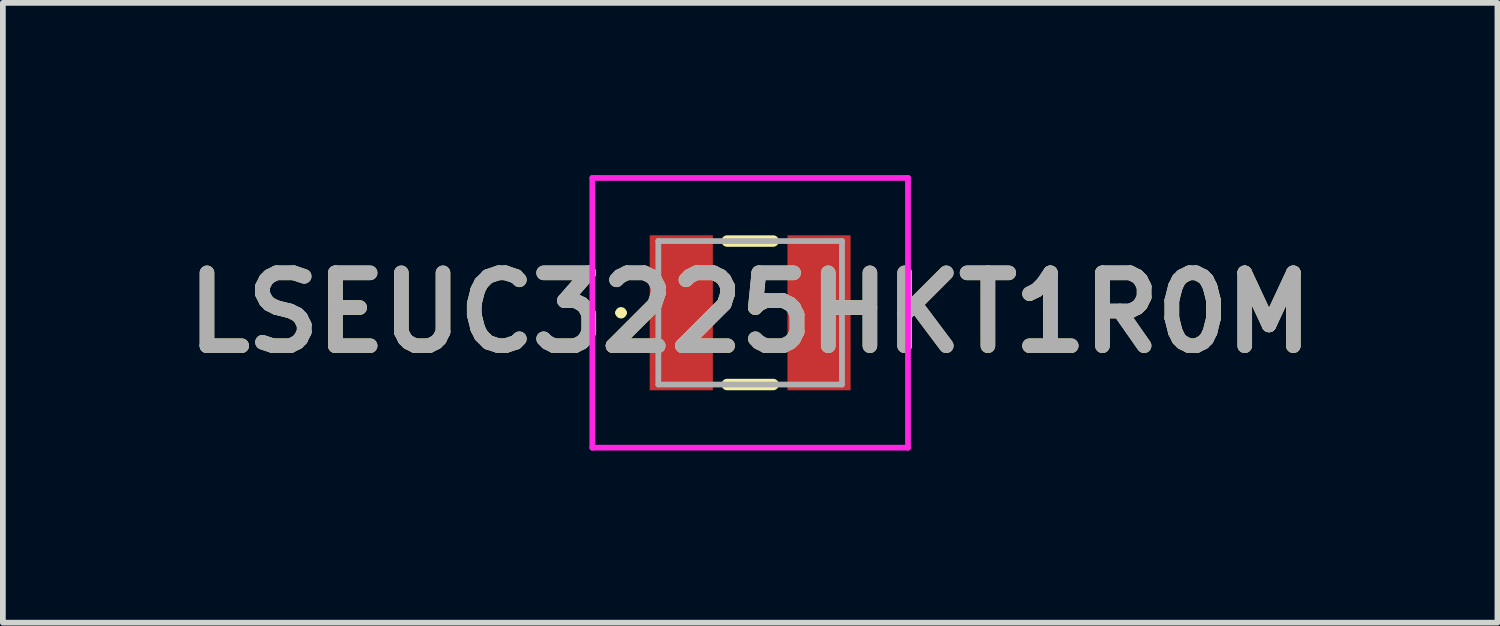
<source format=kicad_pcb>
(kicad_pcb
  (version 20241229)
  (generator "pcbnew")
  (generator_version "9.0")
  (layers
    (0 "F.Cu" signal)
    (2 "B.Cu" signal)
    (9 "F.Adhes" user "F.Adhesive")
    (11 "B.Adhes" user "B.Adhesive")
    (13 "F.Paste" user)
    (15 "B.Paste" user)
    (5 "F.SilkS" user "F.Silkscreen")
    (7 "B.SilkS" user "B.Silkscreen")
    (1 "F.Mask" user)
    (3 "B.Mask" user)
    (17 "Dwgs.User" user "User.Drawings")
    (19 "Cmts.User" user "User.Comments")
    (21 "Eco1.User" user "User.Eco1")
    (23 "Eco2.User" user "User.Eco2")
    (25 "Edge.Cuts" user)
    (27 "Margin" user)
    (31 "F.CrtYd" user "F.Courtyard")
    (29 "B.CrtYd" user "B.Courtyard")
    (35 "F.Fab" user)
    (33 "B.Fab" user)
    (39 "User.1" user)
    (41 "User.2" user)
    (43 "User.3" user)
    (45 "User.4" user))
  (footprint "LSEUC3225HKT1R0M"
    (layer "F.Cu")
    (at 10.021 2.4)
    (property "Reference" "LSEUC3225HKT1R0M" (at 0 0 0) (layer "F.SilkS") (effects (font (size 1.27 1.27) (thickness 0.254))))
    (attr smd)
    (fp_line (start -2.3 0) (end -2.3 0) (stroke (width 0.1) (type solid)) (layer "F.SilkS"))
    (fp_line (start -2.2 0) (end -2.2 0) (stroke (width 0.1) (type solid)) (layer "F.SilkS"))
    (fp_line (start -0.4 -1.25) (end 0.4 -1.25) (stroke (width 0.2) (type solid)) (layer "F.SilkS"))
    (fp_line (start -0.4 1.25) (end 0.4 1.25) (stroke (width 0.2) (type solid)) (layer "F.SilkS"))
    (fp_arc (start -2.3 0) (mid -2.25 -0.05) (end -2.2 0) (stroke (width 0.1) (type solid)) (layer "F.SilkS"))
    (fp_arc (start -2.2 0) (mid -2.25 0.05) (end -2.3 0) (stroke (width 0.1) (type solid)) (layer "F.SilkS"))
    (fp_line (start -2.75 -2.35) (end 2.75 -2.35) (stroke (width 0.1) (type solid)) (layer "F.CrtYd"))
    (fp_line (start -2.75 2.35) (end -2.75 -2.35) (stroke (width 0.1) (type solid)) (layer "F.CrtYd"))
    (fp_line (start 2.75 -2.35) (end 2.75 2.35) (stroke (width 0.1) (type solid)) (layer "F.CrtYd"))
    (fp_line (start 2.75 2.35) (end -2.75 2.35) (stroke (width 0.1) (type solid)) (layer "F.CrtYd"))
    (fp_line (start -1.6 -1.25) (end 1.6 -1.25) (stroke (width 0.1) (type solid)) (layer "F.Fab"))
    (fp_line (start -1.6 1.25) (end -1.6 -1.25) (stroke (width 0.1) (type solid)) (layer "F.Fab"))
    (fp_line (start 1.6 -1.25) (end 1.6 1.25) (stroke (width 0.1) (type solid)) (layer "F.Fab"))
    (fp_line (start 1.6 1.25) (end -1.6 1.25) (stroke (width 0.1) (type solid)) (layer "F.Fab"))
    (fp_text user "${REFERENCE}" (at 0 0 0) (layer "F.Fab") (effects (font (size 1.27 1.27) (thickness 0.254))))
    (pad "1" smd rect (at -1.2 0) (size 1.1 2.7) (layers "F.Cu" "F.Mask" "F.Paste"))
    (pad "2" smd rect (at 1.2 0) (size 1.1 2.7) (layers "F.Cu" "F.Mask" "F.Paste")))
  (gr_rect
    (start -3 -3)
    (end 23.042 7.8)
    (stroke (width 0.1) (type default))
    (fill no)
    (layer "Edge.Cuts")))
</source>
